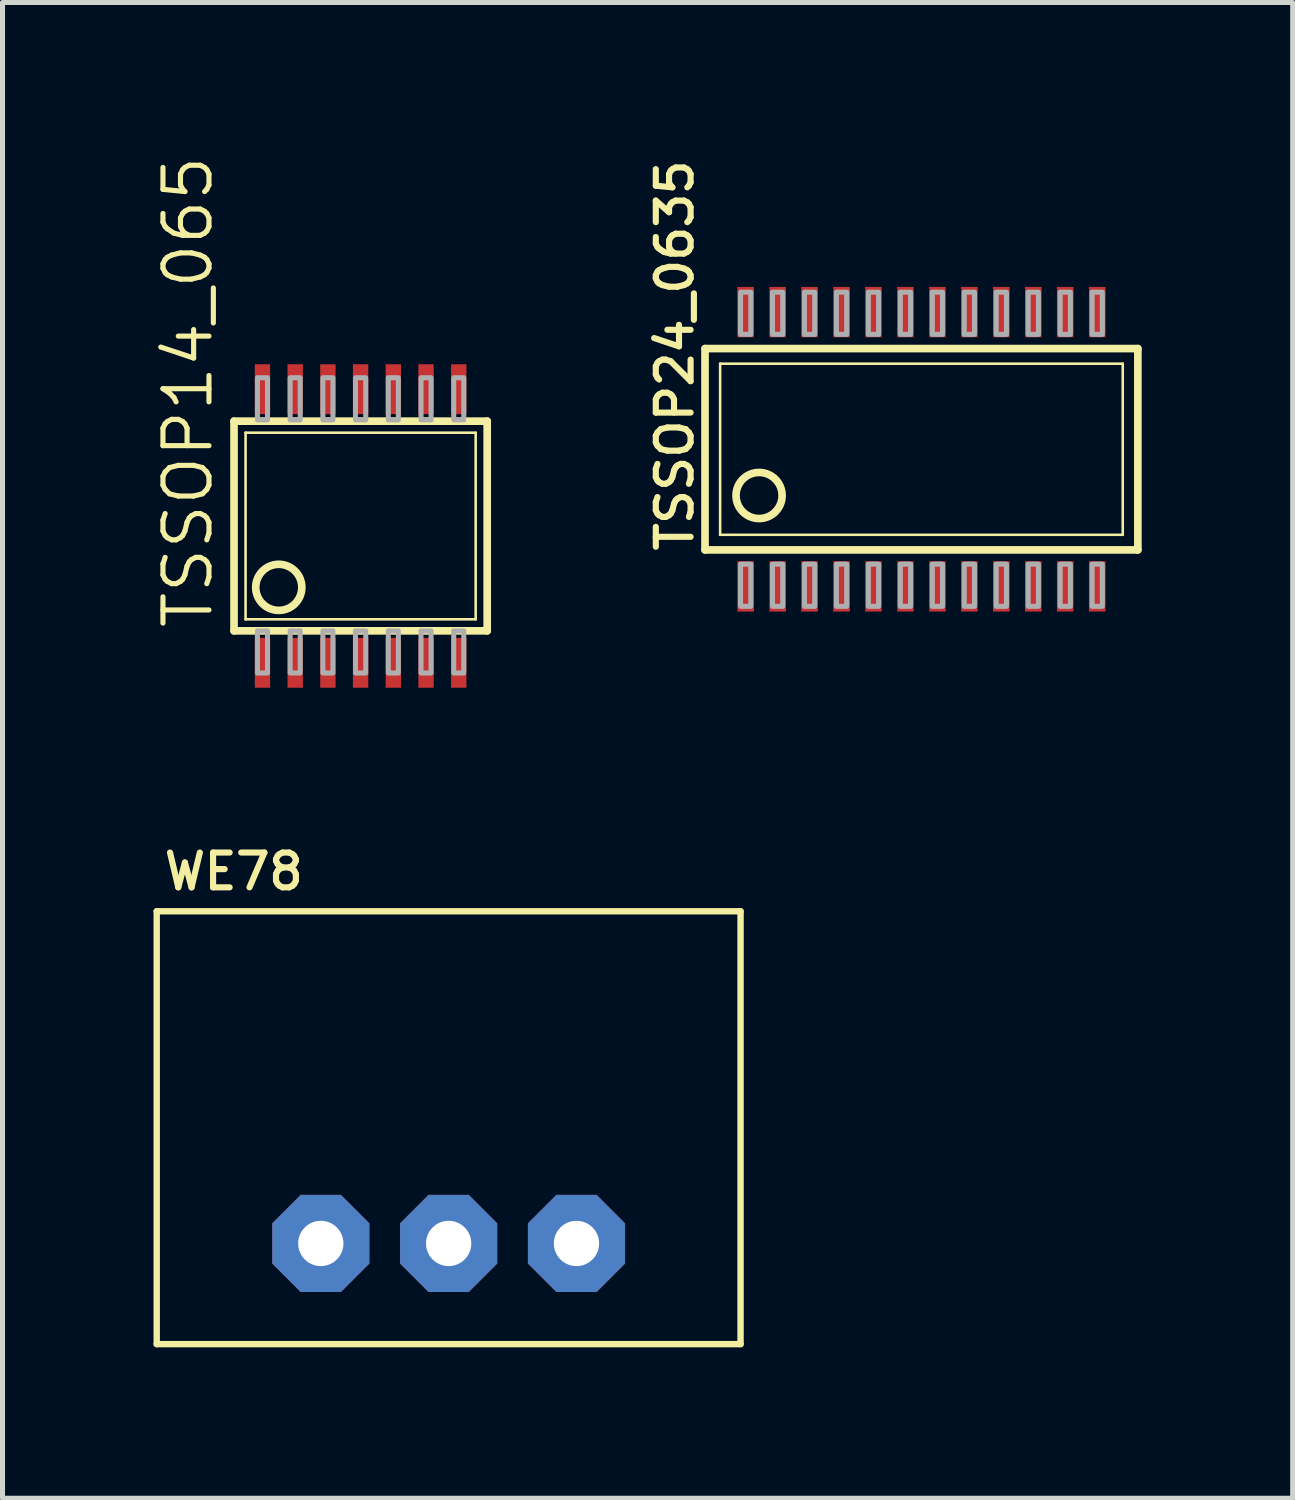
<source format=kicad_pcb>
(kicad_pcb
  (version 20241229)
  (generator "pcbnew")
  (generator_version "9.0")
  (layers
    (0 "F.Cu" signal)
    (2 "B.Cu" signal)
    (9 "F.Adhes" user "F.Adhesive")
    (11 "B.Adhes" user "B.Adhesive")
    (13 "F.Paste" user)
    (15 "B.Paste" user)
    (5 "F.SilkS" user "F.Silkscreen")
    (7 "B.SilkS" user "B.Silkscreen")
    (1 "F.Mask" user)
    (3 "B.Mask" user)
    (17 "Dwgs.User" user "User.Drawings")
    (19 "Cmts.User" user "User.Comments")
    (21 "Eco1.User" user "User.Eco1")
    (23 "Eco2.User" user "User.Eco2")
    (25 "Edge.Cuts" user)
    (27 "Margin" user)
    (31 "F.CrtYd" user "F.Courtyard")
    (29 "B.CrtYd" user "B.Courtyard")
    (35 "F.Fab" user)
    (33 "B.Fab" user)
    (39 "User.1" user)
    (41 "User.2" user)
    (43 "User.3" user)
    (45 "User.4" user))
  (footprint "TSSOP24_0635"
    (layer "F.Cu")
    (at 15.258 5.876)
    (property "Reference" "TSSOP24_0635" (at -4.496 2.083 90) (layer "F.SilkS") (effects (font (size 0.691 0.691) (thickness 0.122)) (justify left bottom)))
    (fp_line (start -4.3 2) (end -4.3 -2) (stroke (width 0.152) (type solid)) (layer "F.SilkS"))
    (fp_line (start -4.3 2) (end 4.3 2) (stroke (width 0.152) (type solid)) (layer "F.SilkS"))
    (fp_line (start -4 1.7) (end -4 -1.7) (stroke (width 0.051) (type solid)) (layer "F.SilkS"))
    (fp_line (start -4 1.7) (end 4 1.7) (stroke (width 0.051) (type solid)) (layer "F.SilkS"))
    (fp_line (start 4 -1.7) (end -4 -1.7) (stroke (width 0.051) (type solid)) (layer "F.SilkS"))
    (fp_line (start 4 -1.7) (end 4 1.7) (stroke (width 0.051) (type solid)) (layer "F.SilkS"))
    (fp_line (start 4.3 -2) (end -4.3 -2) (stroke (width 0.152) (type solid)) (layer "F.SilkS"))
    (fp_line (start 4.3 -2) (end 4.3 2) (stroke (width 0.152) (type solid)) (layer "F.SilkS"))
    (fp_circle (center -3.226 0.919) (end -2.768 0.919) (stroke (width 0.152) (type solid)) (fill no) (layer "F.SilkS"))
    (fp_poly (pts (xy -3.594 -2.283) (xy -3.391 -2.283) (xy -3.391 -3.121) (xy -3.594 -3.121)) (stroke (width 0.1) (type default)) (fill no) (layer "F.Fab"))
    (fp_poly (pts (xy -3.594 3.121) (xy -3.391 3.121) (xy -3.391 2.283) (xy -3.594 2.283)) (stroke (width 0.1) (type default)) (fill no) (layer "F.Fab"))
    (fp_poly (pts (xy -2.959 -2.283) (xy -2.756 -2.283) (xy -2.756 -3.121) (xy -2.959 -3.121)) (stroke (width 0.1) (type default)) (fill no) (layer "F.Fab"))
    (fp_poly (pts (xy -2.959 3.121) (xy -2.756 3.121) (xy -2.756 2.283) (xy -2.959 2.283)) (stroke (width 0.1) (type default)) (fill no) (layer "F.Fab"))
    (fp_poly (pts (xy -2.324 -2.283) (xy -2.121 -2.283) (xy -2.121 -3.121) (xy -2.324 -3.121)) (stroke (width 0.1) (type default)) (fill no) (layer "F.Fab"))
    (fp_poly (pts (xy -2.324 3.121) (xy -2.121 3.121) (xy -2.121 2.283) (xy -2.324 2.283)) (stroke (width 0.1) (type default)) (fill no) (layer "F.Fab"))
    (fp_poly (pts (xy -1.689 -2.283) (xy -1.486 -2.283) (xy -1.486 -3.121) (xy -1.689 -3.121)) (stroke (width 0.1) (type default)) (fill no) (layer "F.Fab"))
    (fp_poly (pts (xy -1.689 3.121) (xy -1.486 3.121) (xy -1.486 2.283) (xy -1.689 2.283)) (stroke (width 0.1) (type default)) (fill no) (layer "F.Fab"))
    (fp_poly (pts (xy -1.054 -2.283) (xy -0.851 -2.283) (xy -0.851 -3.121) (xy -1.054 -3.121)) (stroke (width 0.1) (type default)) (fill no) (layer "F.Fab"))
    (fp_poly (pts (xy -1.054 3.121) (xy -0.851 3.121) (xy -0.851 2.283) (xy -1.054 2.283)) (stroke (width 0.1) (type default)) (fill no) (layer "F.Fab"))
    (fp_poly (pts (xy -0.419 -2.283) (xy -0.216 -2.283) (xy -0.216 -3.121) (xy -0.419 -3.121)) (stroke (width 0.1) (type default)) (fill no) (layer "F.Fab"))
    (fp_poly (pts (xy -0.419 3.121) (xy -0.216 3.121) (xy -0.216 2.283) (xy -0.419 2.283)) (stroke (width 0.1) (type default)) (fill no) (layer "F.Fab"))
    (fp_poly (pts (xy 0.216 -2.283) (xy 0.419 -2.283) (xy 0.419 -3.121) (xy 0.216 -3.121)) (stroke (width 0.1) (type default)) (fill no) (layer "F.Fab"))
    (fp_poly (pts (xy 0.216 3.121) (xy 0.419 3.121) (xy 0.419 2.283) (xy 0.216 2.283)) (stroke (width 0.1) (type default)) (fill no) (layer "F.Fab"))
    (fp_poly (pts (xy 0.851 -2.283) (xy 1.054 -2.283) (xy 1.054 -3.121) (xy 0.851 -3.121)) (stroke (width 0.1) (type default)) (fill no) (layer "F.Fab"))
    (fp_poly (pts (xy 0.851 3.121) (xy 1.054 3.121) (xy 1.054 2.283) (xy 0.851 2.283)) (stroke (width 0.1) (type default)) (fill no) (layer "F.Fab"))
    (fp_poly (pts (xy 1.486 -2.283) (xy 1.689 -2.283) (xy 1.689 -3.121) (xy 1.486 -3.121)) (stroke (width 0.1) (type default)) (fill no) (layer "F.Fab"))
    (fp_poly (pts (xy 1.486 3.121) (xy 1.689 3.121) (xy 1.689 2.283) (xy 1.486 2.283)) (stroke (width 0.1) (type default)) (fill no) (layer "F.Fab"))
    (fp_poly (pts (xy 2.121 -2.283) (xy 2.324 -2.283) (xy 2.324 -3.121) (xy 2.121 -3.121)) (stroke (width 0.1) (type default)) (fill no) (layer "F.Fab"))
    (fp_poly (pts (xy 2.121 3.121) (xy 2.324 3.121) (xy 2.324 2.283) (xy 2.121 2.283)) (stroke (width 0.1) (type default)) (fill no) (layer "F.Fab"))
    (fp_poly (pts (xy 2.756 -2.283) (xy 2.959 -2.283) (xy 2.959 -3.121) (xy 2.756 -3.121)) (stroke (width 0.1) (type default)) (fill no) (layer "F.Fab"))
    (fp_poly (pts (xy 2.756 3.121) (xy 2.959 3.121) (xy 2.959 2.283) (xy 2.756 2.283)) (stroke (width 0.1) (type default)) (fill no) (layer "F.Fab"))
    (fp_poly (pts (xy 3.391 -2.283) (xy 3.594 -2.283) (xy 3.594 -3.121) (xy 3.391 -3.121)) (stroke (width 0.1) (type default)) (fill no) (layer "F.Fab"))
    (fp_poly (pts (xy 3.391 3.121) (xy 3.594 3.121) (xy 3.594 2.283) (xy 3.391 2.283)) (stroke (width 0.1) (type default)) (fill no) (layer "F.Fab"))
    (pad "1" smd rect (at -3.493 2.725) (size 0.33 1) (layers "F.Cu" "F.Mask" "F.Paste"))
    (pad "2" smd rect (at -2.857 2.725) (size 0.33 1) (layers "F.Cu" "F.Mask" "F.Paste"))
    (pad "3" smd rect (at -2.223 2.725) (size 0.33 1) (layers "F.Cu" "F.Mask" "F.Paste"))
    (pad "4" smd rect (at -1.587 2.725) (size 0.33 1) (layers "F.Cu" "F.Mask" "F.Paste"))
    (pad "5" smd rect (at -0.953 2.725) (size 0.33 1) (layers "F.Cu" "F.Mask" "F.Paste"))
    (pad "6" smd rect (at -0.318 2.725) (size 0.33 1) (layers "F.Cu" "F.Mask" "F.Paste"))
    (pad "7" smd rect (at 0.318 2.725) (size 0.33 1) (layers "F.Cu" "F.Mask" "F.Paste"))
    (pad "8" smd rect (at 0.953 2.725) (size 0.33 1) (layers "F.Cu" "F.Mask" "F.Paste"))
    (pad "9" smd rect (at 1.587 2.725) (size 0.33 1) (layers "F.Cu" "F.Mask" "F.Paste"))
    (pad "10" smd rect (at 2.223 2.725) (size 0.33 1) (layers "F.Cu" "F.Mask" "F.Paste"))
    (pad "11" smd rect (at 2.857 2.725) (size 0.33 1) (layers "F.Cu" "F.Mask" "F.Paste"))
    (pad "12" smd rect (at 3.493 2.725) (size 0.33 1) (layers "F.Cu" "F.Mask" "F.Paste"))
    (pad "13" smd rect (at 3.493 -2.725) (size 0.33 1) (layers "F.Cu" "F.Mask" "F.Paste"))
    (pad "14" smd rect (at 2.857 -2.725) (size 0.33 1) (layers "F.Cu" "F.Mask" "F.Paste"))
    (pad "15" smd rect (at 2.223 -2.725) (size 0.33 1) (layers "F.Cu" "F.Mask" "F.Paste"))
    (pad "16" smd rect (at 1.587 -2.725) (size 0.33 1) (layers "F.Cu" "F.Mask" "F.Paste"))
    (pad "17" smd rect (at 0.953 -2.725) (size 0.33 1) (layers "F.Cu" "F.Mask" "F.Paste"))
    (pad "18" smd rect (at 0.318 -2.725) (size 0.33 1) (layers "F.Cu" "F.Mask" "F.Paste"))
    (pad "19" smd rect (at -0.318 -2.725) (size 0.33 1) (layers "F.Cu" "F.Mask" "F.Paste"))
    (pad "20" smd rect (at -0.953 -2.725) (size 0.33 1) (layers "F.Cu" "F.Mask" "F.Paste"))
    (pad "21" smd rect (at -1.587 -2.725) (size 0.33 1) (layers "F.Cu" "F.Mask" "F.Paste"))
    (pad "22" smd rect (at -2.223 -2.725) (size 0.33 1) (layers "F.Cu" "F.Mask" "F.Paste"))
    (pad "23" smd rect (at -2.857 -2.725) (size 0.33 1) (layers "F.Cu" "F.Mask" "F.Paste"))
    (pad "24" smd rect (at -3.493 -2.725) (size 0.33 1) (layers "F.Cu" "F.Mask" "F.Paste")))
  (footprint "WE78"
    (layer "F.Cu")
    (at 5.864 21.656)
    (property "Reference" "WE78" (at -5.715 -6.985 0) (layer "F.SilkS") (effects (font (size 0.691 0.691) (thickness 0.122)) (justify left bottom)))
    (fp_line (start -5.8 -6.6) (end 5.8 -6.6) (stroke (width 0.127) (type solid)) (layer "F.SilkS"))
    (fp_line (start -5.8 2) (end -5.8 -6.6) (stroke (width 0.127) (type solid)) (layer "F.SilkS"))
    (fp_line (start -5.8 2) (end 5.8 2) (stroke (width 0.127) (type solid)) (layer "F.SilkS"))
    (fp_line (start 5.8 -6.6) (end 5.8 2) (stroke (width 0.127) (type solid)) (layer "F.SilkS"))
    (pad "1" thru_hole roundrect (at -2.54 0 90) (size 1.93 1.93) (drill 0.9) (layers "*.Cu" "*.Mask") (roundrect_rratio 0.25) (chamfer_ratio 0.293) (chamfer top_left top_right bottom_left bottom_right))
    (pad "2" thru_hole roundrect (at 0 0 90) (size 1.93 1.93) (drill 0.9) (layers "*.Cu" "*.Mask") (roundrect_rratio 0.25) (chamfer_ratio 0.293) (chamfer top_left top_right bottom_left bottom_right))
    (pad "3" thru_hole roundrect (at 2.54 0 90) (size 1.93 1.93) (drill 0.9) (layers "*.Cu" "*.Mask") (roundrect_rratio 0.25) (chamfer_ratio 0.293) (chamfer top_left top_right bottom_left bottom_right)))
  (footprint "TSSOP14_065"
    (layer "F.Cu")
    (at 4.115 7.401)
    (property "Reference" "TSSOP14_065" (at -2.896 2.083 90) (layer "F.SilkS") (effects (font (size 0.914 0.914) (thickness 0.102)) (justify left bottom)))
    (fp_line (start -2.515 2.083) (end -2.515 -2.083) (stroke (width 0.152) (type solid)) (layer "F.SilkS"))
    (fp_line (start -2.515 2.083) (end 2.515 2.083) (stroke (width 0.152) (type solid)) (layer "F.SilkS"))
    (fp_line (start -2.286 1.854) (end -2.286 -1.854) (stroke (width 0.051) (type solid)) (layer "F.SilkS"))
    (fp_line (start -2.286 1.854) (end 2.286 1.854) (stroke (width 0.051) (type solid)) (layer "F.SilkS"))
    (fp_line (start 2.286 -1.854) (end -2.286 -1.854) (stroke (width 0.051) (type solid)) (layer "F.SilkS"))
    (fp_line (start 2.286 -1.854) (end 2.286 1.854) (stroke (width 0.051) (type solid)) (layer "F.SilkS"))
    (fp_line (start 2.515 -2.083) (end -2.515 -2.083) (stroke (width 0.152) (type solid)) (layer "F.SilkS"))
    (fp_line (start 2.515 -2.083) (end 2.515 2.083) (stroke (width 0.152) (type solid)) (layer "F.SilkS"))
    (fp_circle (center -1.626 1.219) (end -1.168 1.219) (stroke (width 0.152) (type solid)) (fill no) (layer "F.SilkS"))
    (fp_poly (pts (xy -2.05 -2.108) (xy -1.85 -2.108) (xy -1.85 -2.946) (xy -2.05 -2.946)) (stroke (width 0.1) (type default)) (fill no) (layer "F.Fab"))
    (fp_poly (pts (xy -2.05 2.921) (xy -1.85 2.921) (xy -1.85 2.083) (xy -2.05 2.083)) (stroke (width 0.1) (type default)) (fill no) (layer "F.Fab"))
    (fp_poly (pts (xy -1.4 -2.108) (xy -1.2 -2.108) (xy -1.2 -2.946) (xy -1.4 -2.946)) (stroke (width 0.1) (type default)) (fill no) (layer "F.Fab"))
    (fp_poly (pts (xy -1.4 2.921) (xy -1.2 2.921) (xy -1.2 2.083) (xy -1.4 2.083)) (stroke (width 0.1) (type default)) (fill no) (layer "F.Fab"))
    (fp_poly (pts (xy -0.75 -2.108) (xy -0.55 -2.108) (xy -0.55 -2.946) (xy -0.75 -2.946)) (stroke (width 0.1) (type default)) (fill no) (layer "F.Fab"))
    (fp_poly (pts (xy -0.75 2.921) (xy -0.55 2.921) (xy -0.55 2.083) (xy -0.75 2.083)) (stroke (width 0.1) (type default)) (fill no) (layer "F.Fab"))
    (fp_poly (pts (xy -0.102 -2.108) (xy 0.102 -2.108) (xy 0.102 -2.946) (xy -0.102 -2.946)) (stroke (width 0.1) (type default)) (fill no) (layer "F.Fab"))
    (fp_poly (pts (xy -0.102 2.921) (xy 0.102 2.921) (xy 0.102 2.083) (xy -0.102 2.083)) (stroke (width 0.1) (type default)) (fill no) (layer "F.Fab"))
    (fp_poly (pts (xy 0.55 -2.108) (xy 0.75 -2.108) (xy 0.75 -2.946) (xy 0.55 -2.946)) (stroke (width 0.1) (type default)) (fill no) (layer "F.Fab"))
    (fp_poly (pts (xy 0.55 2.921) (xy 0.75 2.921) (xy 0.75 2.083) (xy 0.55 2.083)) (stroke (width 0.1) (type default)) (fill no) (layer "F.Fab"))
    (fp_poly (pts (xy 1.2 -2.108) (xy 1.4 -2.108) (xy 1.4 -2.946) (xy 1.2 -2.946)) (stroke (width 0.1) (type default)) (fill no) (layer "F.Fab"))
    (fp_poly (pts (xy 1.2 2.921) (xy 1.4 2.921) (xy 1.4 2.083) (xy 1.2 2.083)) (stroke (width 0.1) (type default)) (fill no) (layer "F.Fab"))
    (fp_poly (pts (xy 1.85 -2.108) (xy 2.05 -2.108) (xy 2.05 -2.946) (xy 1.85 -2.946)) (stroke (width 0.1) (type default)) (fill no) (layer "F.Fab"))
    (fp_poly (pts (xy 1.85 2.921) (xy 2.05 2.921) (xy 2.05 2.083) (xy 1.85 2.083)) (stroke (width 0.1) (type default)) (fill no) (layer "F.Fab"))
    (pad "1" smd rect (at -1.95 2.718) (size 0.305 0.991) (layers "F.Cu" "F.Mask" "F.Paste"))
    (pad "2" smd rect (at -1.3 2.718) (size 0.305 0.991) (layers "F.Cu" "F.Mask" "F.Paste"))
    (pad "3" smd rect (at -0.65 2.718) (size 0.305 0.991) (layers "F.Cu" "F.Mask" "F.Paste"))
    (pad "4" smd rect (at 0 2.718) (size 0.305 0.991) (layers "F.Cu" "F.Mask" "F.Paste"))
    (pad "5" smd rect (at 0.65 2.718) (size 0.305 0.991) (layers "F.Cu" "F.Mask" "F.Paste"))
    (pad "6" smd rect (at 1.3 2.718) (size 0.305 0.991) (layers "F.Cu" "F.Mask" "F.Paste"))
    (pad "7" smd rect (at 1.95 2.718) (size 0.305 0.991) (layers "F.Cu" "F.Mask" "F.Paste"))
    (pad "8" smd rect (at 1.95 -2.718) (size 0.305 0.991) (layers "F.Cu" "F.Mask" "F.Paste"))
    (pad "9" smd rect (at 1.3 -2.718) (size 0.305 0.991) (layers "F.Cu" "F.Mask" "F.Paste"))
    (pad "10" smd rect (at 0.65 -2.718) (size 0.305 0.991) (layers "F.Cu" "F.Mask" "F.Paste"))
    (pad "11" smd rect (at 0 -2.718) (size 0.305 0.991) (layers "F.Cu" "F.Mask" "F.Paste"))
    (pad "12" smd rect (at -0.65 -2.718) (size 0.305 0.991) (layers "F.Cu" "F.Mask" "F.Paste"))
    (pad "13" smd rect (at -1.3 -2.718) (size 0.305 0.991) (layers "F.Cu" "F.Mask" "F.Paste"))
    (pad "14" smd rect (at -1.95 -2.718) (size 0.305 0.991) (layers "F.Cu" "F.Mask" "F.Paste")))
  (gr_rect
    (start -3 -3)
    (end 22.634 26.719)
    (stroke (width 0.1) (type default))
    (fill no)
    (layer "Edge.Cuts")))
</source>
